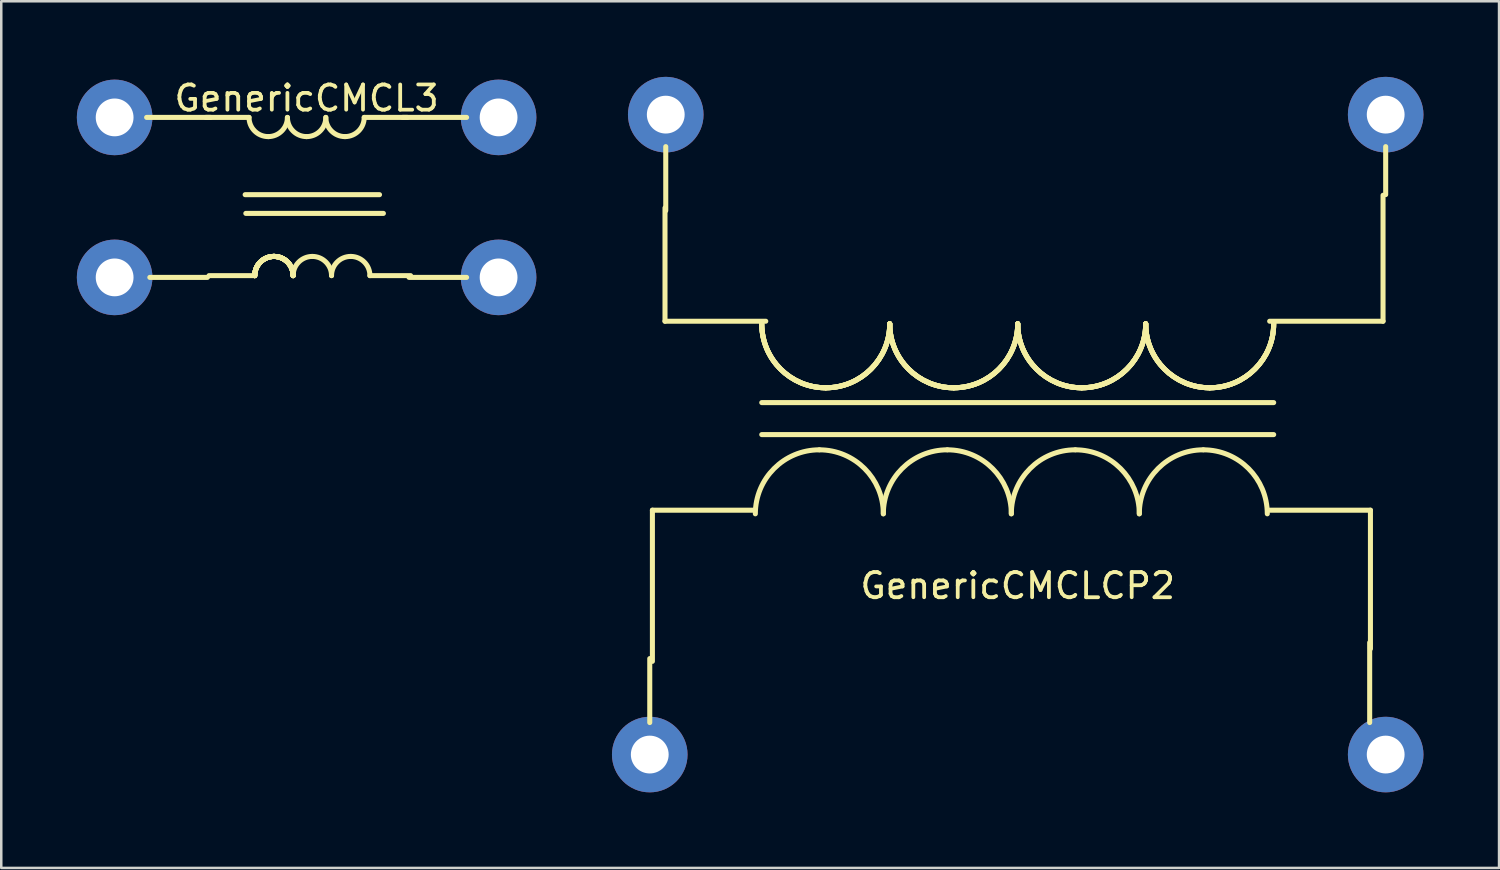
<source format=kicad_pcb>
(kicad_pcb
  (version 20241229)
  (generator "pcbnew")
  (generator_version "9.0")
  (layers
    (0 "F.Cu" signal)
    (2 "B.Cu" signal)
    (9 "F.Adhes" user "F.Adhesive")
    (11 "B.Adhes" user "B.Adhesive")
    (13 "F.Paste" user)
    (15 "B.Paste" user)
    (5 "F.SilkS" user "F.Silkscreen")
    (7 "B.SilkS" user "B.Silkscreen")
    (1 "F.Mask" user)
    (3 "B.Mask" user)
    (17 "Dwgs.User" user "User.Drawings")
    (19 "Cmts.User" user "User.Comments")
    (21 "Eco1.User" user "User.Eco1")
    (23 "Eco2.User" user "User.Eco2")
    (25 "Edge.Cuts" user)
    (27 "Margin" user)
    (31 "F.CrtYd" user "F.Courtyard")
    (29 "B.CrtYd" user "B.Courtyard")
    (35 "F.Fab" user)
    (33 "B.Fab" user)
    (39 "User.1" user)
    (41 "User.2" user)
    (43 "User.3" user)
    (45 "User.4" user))
  (footprint "GenericCMCL3"
    (layer "F.Cu")
    (at 9.12 5.42)
    (property "Reference" "GenericCMCL3" (at 0 -4.572 0) (layer "F.SilkS") (effects (font (size 1 1) (thickness 0.15))))
    (attr through_hole)
    (fp_line (start -4 -3.81) (end -2.286 -3.81) (stroke (width 0.2) (type solid)) (layer "F.SilkS"))
    (fp_line (start -3.937 2.54) (end -6.223 2.54) (stroke (width 0.2) (type solid)) (layer "F.SilkS"))
    (fp_line (start -3.81 -3.81) (end -6.35 -3.81) (stroke (width 0.2) (type solid)) (layer "F.SilkS"))
    (fp_line (start -2.44 -0.743) (end 2.894 -0.743) (stroke (width 0.2) (type solid)) (layer "F.SilkS"))
    (fp_line (start -2.059 2.47) (end -3.873 2.47) (stroke (width 0.2) (type solid)) (layer "F.SilkS"))
    (fp_line (start 3.048 0) (end -2.413 0) (stroke (width 0.2) (type solid)) (layer "F.SilkS"))
    (fp_line (start 3.81 -3.81) (end 6.35 -3.81) (stroke (width 0.2) (type solid)) (layer "F.SilkS"))
    (fp_line (start 4 -3.81) (end 2.286 -3.81) (stroke (width 0.2) (type solid)) (layer "F.SilkS"))
    (fp_line (start 4.064 2.54) (end 6.35 2.54) (stroke (width 0.2) (type solid)) (layer "F.SilkS"))
    (fp_line (start 4.127 2.47) (end 2.513 2.47) (stroke (width 0.2) (type solid)) (layer "F.SilkS"))
    (fp_arc (start -2.059 2.47) (mid -1.835815 1.931185) (end -1.297 1.708) (stroke (width 0.2) (type solid)) (layer "F.SilkS"))
    (fp_arc (start -2.059 2.47) (mid -1.835815 1.931185) (end -1.297 1.708) (stroke (width 0.2) (type solid)) (layer "F.SilkS"))
    (fp_arc (start -2.059 2.47) (mid -1.835815 1.931185) (end -1.297 1.708) (stroke (width 0.2) (type solid)) (layer "F.SilkS"))
    (fp_arc (start -2.059 2.47) (mid -1.835815 1.931185) (end -1.297 1.708) (stroke (width 0.2) (type solid)) (layer "F.SilkS"))
    (fp_arc (start -2.059 2.47) (mid -1.835815 1.931185) (end -1.297 1.708) (stroke (width 0.2) (type solid)) (layer "F.SilkS"))
    (fp_arc (start -2.059 2.47) (mid -1.835815 1.931185) (end -1.297 1.708) (stroke (width 0.2) (type solid)) (layer "F.SilkS"))
    (fp_arc (start -2.059 2.47) (mid -1.835815 1.931185) (end -1.297 1.708) (stroke (width 0.2) (type solid)) (layer "F.SilkS"))
    (fp_arc (start -2.059 2.47) (mid -1.835815 1.931185) (end -1.297 1.708) (stroke (width 0.2) (type solid)) (layer "F.SilkS"))
    (fp_arc (start -1.524 -3.048) (mid -2.062815 -3.271185) (end -2.286 -3.81) (stroke (width 0.2) (type solid)) (layer "F.SilkS"))
    (fp_arc (start -1.297 1.708) (mid -0.758185 1.931185) (end -0.535 2.47) (stroke (width 0.2) (type solid)) (layer "F.SilkS"))
    (fp_arc (start -1.297 1.708) (mid -0.758185 1.931185) (end -0.535 2.47) (stroke (width 0.2) (type solid)) (layer "F.SilkS"))
    (fp_arc (start -1.297 1.708) (mid -0.758185 1.931185) (end -0.535 2.47) (stroke (width 0.2) (type solid)) (layer "F.SilkS"))
    (fp_arc (start -1.297 1.708) (mid -0.758185 1.931185) (end -0.535 2.47) (stroke (width 0.2) (type solid)) (layer "F.SilkS"))
    (fp_arc (start -1.297 1.708) (mid -0.758185 1.931185) (end -0.535 2.47) (stroke (width 0.2) (type solid)) (layer "F.SilkS"))
    (fp_arc (start -1.297 1.708) (mid -0.758185 1.931185) (end -0.535 2.47) (stroke (width 0.2) (type solid)) (layer "F.SilkS"))
    (fp_arc (start -1.297 1.708) (mid -0.758185 1.931185) (end -0.535 2.47) (stroke (width 0.2) (type solid)) (layer "F.SilkS"))
    (fp_arc (start -1.297 1.708) (mid -0.758185 1.931185) (end -0.535 2.47) (stroke (width 0.2) (type solid)) (layer "F.SilkS"))
    (fp_arc (start -0.762 -3.81) (mid -0.985185 -3.271185) (end -1.524 -3.048) (stroke (width 0.2) (type solid)) (layer "F.SilkS"))
    (fp_arc (start -0.535 2.47) (mid -0.311815 1.931185) (end 0.227 1.708) (stroke (width 0.2) (type solid)) (layer "F.SilkS"))
    (fp_arc (start 0 -3.048) (mid -0.538815 -3.271185) (end -0.762 -3.81) (stroke (width 0.2) (type solid)) (layer "F.SilkS"))
    (fp_arc (start 0.227 1.708) (mid 0.765815 1.931185) (end 0.989 2.47) (stroke (width 0.2) (type solid)) (layer "F.SilkS"))
    (fp_arc (start 0.762 -3.81) (mid 0.538815 -3.271185) (end 0 -3.048) (stroke (width 0.2) (type solid)) (layer "F.SilkS"))
    (fp_arc (start 0.989 2.47) (mid 1.212185 1.931185) (end 1.751 1.708) (stroke (width 0.2) (type solid)) (layer "F.SilkS"))
    (fp_arc (start 1.524 -3.048) (mid 0.985185 -3.271185) (end 0.762 -3.81) (stroke (width 0.2) (type solid)) (layer "F.SilkS"))
    (fp_arc (start 1.751 1.708) (mid 2.289815 1.931185) (end 2.513 2.47) (stroke (width 0.2) (type solid)) (layer "F.SilkS"))
    (fp_arc (start 2.286 -3.81) (mid 2.062815 -3.271185) (end 1.524 -3.048) (stroke (width 0.2) (type solid)) (layer "F.SilkS"))
    (pad "1" thru_hole circle (at 7.62 -3.81) (size 3 3) (drill 1.5) (layers "*.Cu" "*.Mask"))
    (pad "2" thru_hole circle (at -7.62 -3.81) (size 3 3) (drill 1.5) (layers "*.Cu" "*.Mask"))
    (pad "3" thru_hole circle (at 7.62 2.54) (size 3 3) (drill 1.5) (layers "*.Cu" "*.Mask"))
    (pad "4" thru_hole circle (at -7.62 2.54) (size 3 3) (drill 1.5) (layers "*.Cu" "*.Mask")))
  (footprint "GenericCMCLCP2"
    (layer "F.Cu")
    (at 37.345 14.2)
    (property "Reference" "GenericCMCLCP2" (at 0 6 0) (layer "F.SilkS") (effects (font (size 1 1) (thickness 0.15))))
    (attr through_hole)
    (fp_line (start -14.605 8.89) (end -14.605 11.43) (stroke (width 0.2) (type solid)) (layer "F.SilkS"))
    (fp_line (start -14.5 3) (end -14.5 9) (stroke (width 0.2) (type solid)) (layer "F.SilkS"))
    (fp_line (start -14 -4.5) (end -14 -9) (stroke (width 0.2) (type solid)) (layer "F.SilkS"))
    (fp_line (start -13.97 -8.89) (end -13.97 -11.43) (stroke (width 0.2) (type solid)) (layer "F.SilkS"))
    (fp_line (start -10.5 3) (end -14.5 3) (stroke (width 0.2) (type solid)) (layer "F.SilkS"))
    (fp_line (start -10.16 -1.27) (end 10.16 -1.27) (stroke (width 0.2) (type solid)) (layer "F.SilkS"))
    (fp_line (start -10.16 0) (end 10.16 0) (stroke (width 0.2) (type solid)) (layer "F.SilkS"))
    (fp_line (start -10 -4.5) (end -14 -4.5) (stroke (width 0.2) (type solid)) (layer "F.SilkS"))
    (fp_line (start 10 3) (end 14 3) (stroke (width 0.2) (type solid)) (layer "F.SilkS"))
    (fp_line (start 13.97 8.255) (end 13.97 11.43) (stroke (width 0.2) (type solid)) (layer "F.SilkS"))
    (fp_line (start 14 3) (end 14 8.5) (stroke (width 0.2) (type solid)) (layer "F.SilkS"))
    (fp_line (start 14.5 -9.5) (end 14.5 -4.5) (stroke (width 0.2) (type solid)) (layer "F.SilkS"))
    (fp_line (start 14.5 -4.5) (end 10 -4.5) (stroke (width 0.2) (type solid)) (layer "F.SilkS"))
    (fp_line (start 14.605 -9.525) (end 14.605 -11.43) (stroke (width 0.2) (type solid)) (layer "F.SilkS"))
    (fp_arc (start -10.414 3.144) (mid -9.670051 1.347949) (end -7.874 0.604) (stroke (width 0.2) (type solid)) (layer "F.SilkS"))
    (fp_arc (start -7.874 0.604) (mid -6.077949 1.347949) (end -5.334 3.144) (stroke (width 0.2) (type solid)) (layer "F.SilkS"))
    (fp_arc (start -7.62 -1.858) (mid -9.416051 -2.601949) (end -10.16 -4.398) (stroke (width 0.2) (type solid)) (layer "F.SilkS"))
    (fp_arc (start -7.62 -1.858) (mid -9.416051 -2.601949) (end -10.16 -4.398) (stroke (width 0.2) (type solid)) (layer "F.SilkS"))
    (fp_arc (start -7.62 -1.858) (mid -9.416051 -2.601949) (end -10.16 -4.398) (stroke (width 0.2) (type solid)) (layer "F.SilkS"))
    (fp_arc (start -7.62 -1.858) (mid -9.416051 -2.601949) (end -10.16 -4.398) (stroke (width 0.2) (type solid)) (layer "F.SilkS"))
    (fp_arc (start -5.334 3.144) (mid -4.590051 1.347949) (end -2.794 0.604) (stroke (width 0.2) (type solid)) (layer "F.SilkS"))
    (fp_arc (start -5.08 -4.398) (mid -5.823949 -2.601949) (end -7.62 -1.858) (stroke (width 0.2) (type solid)) (layer "F.SilkS"))
    (fp_arc (start -5.08 -4.398) (mid -5.823949 -2.601949) (end -7.62 -1.858) (stroke (width 0.2) (type solid)) (layer "F.SilkS"))
    (fp_arc (start -5.08 -4.398) (mid -5.823949 -2.601949) (end -7.62 -1.858) (stroke (width 0.2) (type solid)) (layer "F.SilkS"))
    (fp_arc (start -5.08 -4.398) (mid -5.823949 -2.601949) (end -7.62 -1.858) (stroke (width 0.2) (type solid)) (layer "F.SilkS"))
    (fp_arc (start -2.794 0.604) (mid -0.997949 1.347949) (end -0.254 3.144) (stroke (width 0.2) (type solid)) (layer "F.SilkS"))
    (fp_arc (start -2.54 -1.858) (mid -4.336051 -2.601949) (end -5.08 -4.398) (stroke (width 0.2) (type solid)) (layer "F.SilkS"))
    (fp_arc (start -2.54 -1.858) (mid -4.336051 -2.601949) (end -5.08 -4.398) (stroke (width 0.2) (type solid)) (layer "F.SilkS"))
    (fp_arc (start -2.54 -1.858) (mid -4.336051 -2.601949) (end -5.08 -4.398) (stroke (width 0.2) (type solid)) (layer "F.SilkS"))
    (fp_arc (start -2.54 -1.858) (mid -4.336051 -2.601949) (end -5.08 -4.398) (stroke (width 0.2) (type solid)) (layer "F.SilkS"))
    (fp_arc (start -0.254 3.144) (mid 0.489949 1.347949) (end 2.286 0.604) (stroke (width 0.2) (type solid)) (layer "F.SilkS"))
    (fp_arc (start 0 -4.398) (mid -0.743949 -2.601949) (end -2.54 -1.858) (stroke (width 0.2) (type solid)) (layer "F.SilkS"))
    (fp_arc (start 0 -4.398) (mid -0.743949 -2.601949) (end -2.54 -1.858) (stroke (width 0.2) (type solid)) (layer "F.SilkS"))
    (fp_arc (start 0 -4.398) (mid -0.743949 -2.601949) (end -2.54 -1.858) (stroke (width 0.2) (type solid)) (layer "F.SilkS"))
    (fp_arc (start 0 -4.398) (mid -0.743949 -2.601949) (end -2.54 -1.858) (stroke (width 0.2) (type solid)) (layer "F.SilkS"))
    (fp_arc (start 2.286 0.604) (mid 4.082051 1.347949) (end 4.826 3.144) (stroke (width 0.2) (type solid)) (layer "F.SilkS"))
    (fp_arc (start 2.54 -1.858) (mid 0.743949 -2.601949) (end 0 -4.398) (stroke (width 0.2) (type solid)) (layer "F.SilkS"))
    (fp_arc (start 2.54 -1.858) (mid 0.743949 -2.601949) (end 0 -4.398) (stroke (width 0.2) (type solid)) (layer "F.SilkS"))
    (fp_arc (start 2.54 -1.858) (mid 0.743949 -2.601949) (end 0 -4.398) (stroke (width 0.2) (type solid)) (layer "F.SilkS"))
    (fp_arc (start 2.54 -1.858) (mid 0.743949 -2.601949) (end 0 -4.398) (stroke (width 0.2) (type solid)) (layer "F.SilkS"))
    (fp_arc (start 4.826 3.144) (mid 5.569949 1.347949) (end 7.366 0.604) (stroke (width 0.2) (type solid)) (layer "F.SilkS"))
    (fp_arc (start 5.08 -4.398) (mid 4.336051 -2.601949) (end 2.54 -1.858) (stroke (width 0.2) (type solid)) (layer "F.SilkS"))
    (fp_arc (start 5.08 -4.398) (mid 4.336051 -2.601949) (end 2.54 -1.858) (stroke (width 0.2) (type solid)) (layer "F.SilkS"))
    (fp_arc (start 5.08 -4.398) (mid 4.336051 -2.601949) (end 2.54 -1.858) (stroke (width 0.2) (type solid)) (layer "F.SilkS"))
    (fp_arc (start 5.08 -4.398) (mid 4.336051 -2.601949) (end 2.54 -1.858) (stroke (width 0.2) (type solid)) (layer "F.SilkS"))
    (fp_arc (start 7.366 0.604) (mid 9.162051 1.347949) (end 9.906 3.144) (stroke (width 0.2) (type solid)) (layer "F.SilkS"))
    (fp_arc (start 7.62 -1.858) (mid 5.823949 -2.601949) (end 5.08 -4.398) (stroke (width 0.2) (type solid)) (layer "F.SilkS"))
    (fp_arc (start 7.62 -1.858) (mid 5.823949 -2.601949) (end 5.08 -4.398) (stroke (width 0.2) (type solid)) (layer "F.SilkS"))
    (fp_arc (start 7.62 -1.858) (mid 5.823949 -2.601949) (end 5.08 -4.398) (stroke (width 0.2) (type solid)) (layer "F.SilkS"))
    (fp_arc (start 7.62 -1.858) (mid 5.823949 -2.601949) (end 5.08 -4.398) (stroke (width 0.2) (type solid)) (layer "F.SilkS"))
    (fp_arc (start 10.16 -4.398) (mid 9.416051 -2.601949) (end 7.62 -1.858) (stroke (width 0.2) (type solid)) (layer "F.SilkS"))
    (fp_arc (start 10.16 -4.398) (mid 9.416051 -2.601949) (end 7.62 -1.858) (stroke (width 0.2) (type solid)) (layer "F.SilkS"))
    (fp_arc (start 10.16 -4.398) (mid 9.416051 -2.601949) (end 7.62 -1.858) (stroke (width 0.2) (type solid)) (layer "F.SilkS"))
    (fp_arc (start 10.16 -4.398) (mid 9.416051 -2.601949) (end 7.62 -1.858) (stroke (width 0.2) (type solid)) (layer "F.SilkS"))
    (pad "1" thru_hole circle (at 14.605 -12.7) (size 3 3) (drill 1.5) (layers "*.Cu" "*.Mask"))
    (pad "2" thru_hole circle (at -13.97 -12.7) (size 3 3) (drill 1.5) (layers "*.Cu" "*.Mask"))
    (pad "3" thru_hole circle (at 14.605 12.7) (size 3 3) (drill 1.5) (layers "*.Cu" "*.Mask"))
    (pad "4" thru_hole circle (at -14.605 12.7) (size 3 3) (drill 1.5) (layers "*.Cu" "*.Mask")))
  (gr_rect
    (start -3 -3)
    (end 56.45 31.4)
    (stroke (width 0.1) (type default))
    (fill no)
    (layer "Edge.Cuts")))
</source>
